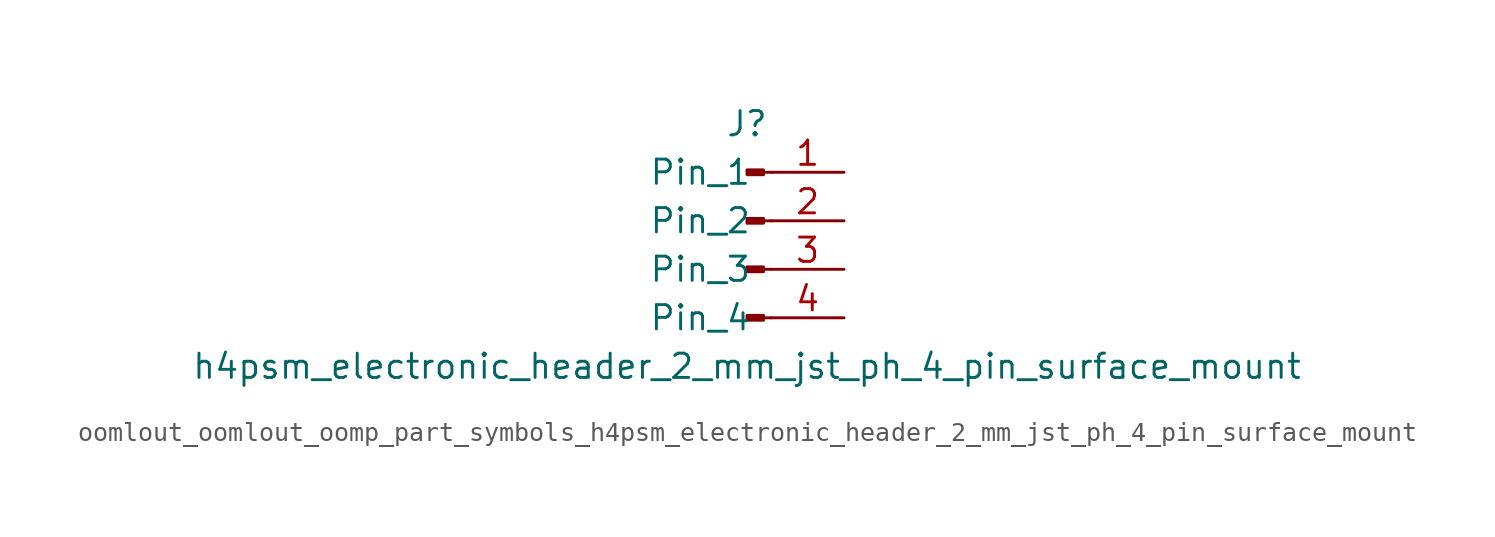
<source format=kicad_sym>
(kicad_symbol_lib
  (version 20220914)
  (generator kicad_symbol_editor)
  (symbol "oomlout_oomlout_oomp_part_symbols_h4psm_electronic_header_2_mm_jst_ph_4_pin_surface_mount"
    (pin_names
      (offset 1.016))
    (property "Reference" "J"
      (at 0 5.08 0)
      (effects (font (size 1.27 1.27))))
    (property "Value" "h4psm_electronic_header_2_mm_jst_ph_4_pin_surface_mount"
      (at 0 -7.62 0)
      (effects (font (size 1.27 1.27))))
    (property "ki_locked" ""
      (at 0 0 0)
      (effects (font (size 1.27 1.27))))
    (symbol "oomlout_oomlout_oomp_part_symbols_h4psm_electronic_header_2_mm_jst_ph_4_pin_surface_mount_1_1"
      (polyline (pts (xy 1.27 -5.08) (xy 0.864 -5.08)) (stroke (width 0.152) (type default)) (fill (type none)))
      (polyline (pts (xy 1.27 -2.54) (xy 0.864 -2.54)) (stroke (width 0.152) (type default)) (fill (type none)))
      (polyline (pts (xy 1.27 0) (xy 0.864 0)) (stroke (width 0.152) (type default)) (fill (type none)))
      (polyline (pts (xy 1.27 2.54) (xy 0.864 2.54)) (stroke (width 0.152) (type default)) (fill (type none)))
      (rectangle (start 0.864 -4.953) (end 0 -5.207) (stroke (width 0.152) (type default)) (fill (type outline)))
      (rectangle (start 0.864 -2.413) (end 0 -2.667) (stroke (width 0.152) (type default)) (fill (type outline)))
      (rectangle (start 0.864 0.127) (end 0 -0.127) (stroke (width 0.152) (type default)) (fill (type outline)))
      (rectangle (start 0.864 2.667) (end 0 2.413) (stroke (width 0.152) (type default)) (fill (type outline)))
      (pin passive line (at 5.08 2.54 180) (length 3.81) (name "Pin_1" (effects (font (size 1.27 1.27)))) (number "1" (effects (font (size 1.27 1.27)))))
      (pin passive line (at 5.08 0 180) (length 3.81) (name "Pin_2" (effects (font (size 1.27 1.27)))) (number "2" (effects (font (size 1.27 1.27)))))
      (pin passive line (at 5.08 -2.54 180) (length 3.81) (name "Pin_3" (effects (font (size 1.27 1.27)))) (number "3" (effects (font (size 1.27 1.27)))))
      (pin passive line (at 5.08 -5.08 180) (length 3.81) (name "Pin_4" (effects (font (size 1.27 1.27)))) (number "4" (effects (font (size 1.27 1.27))))))))
</source>
